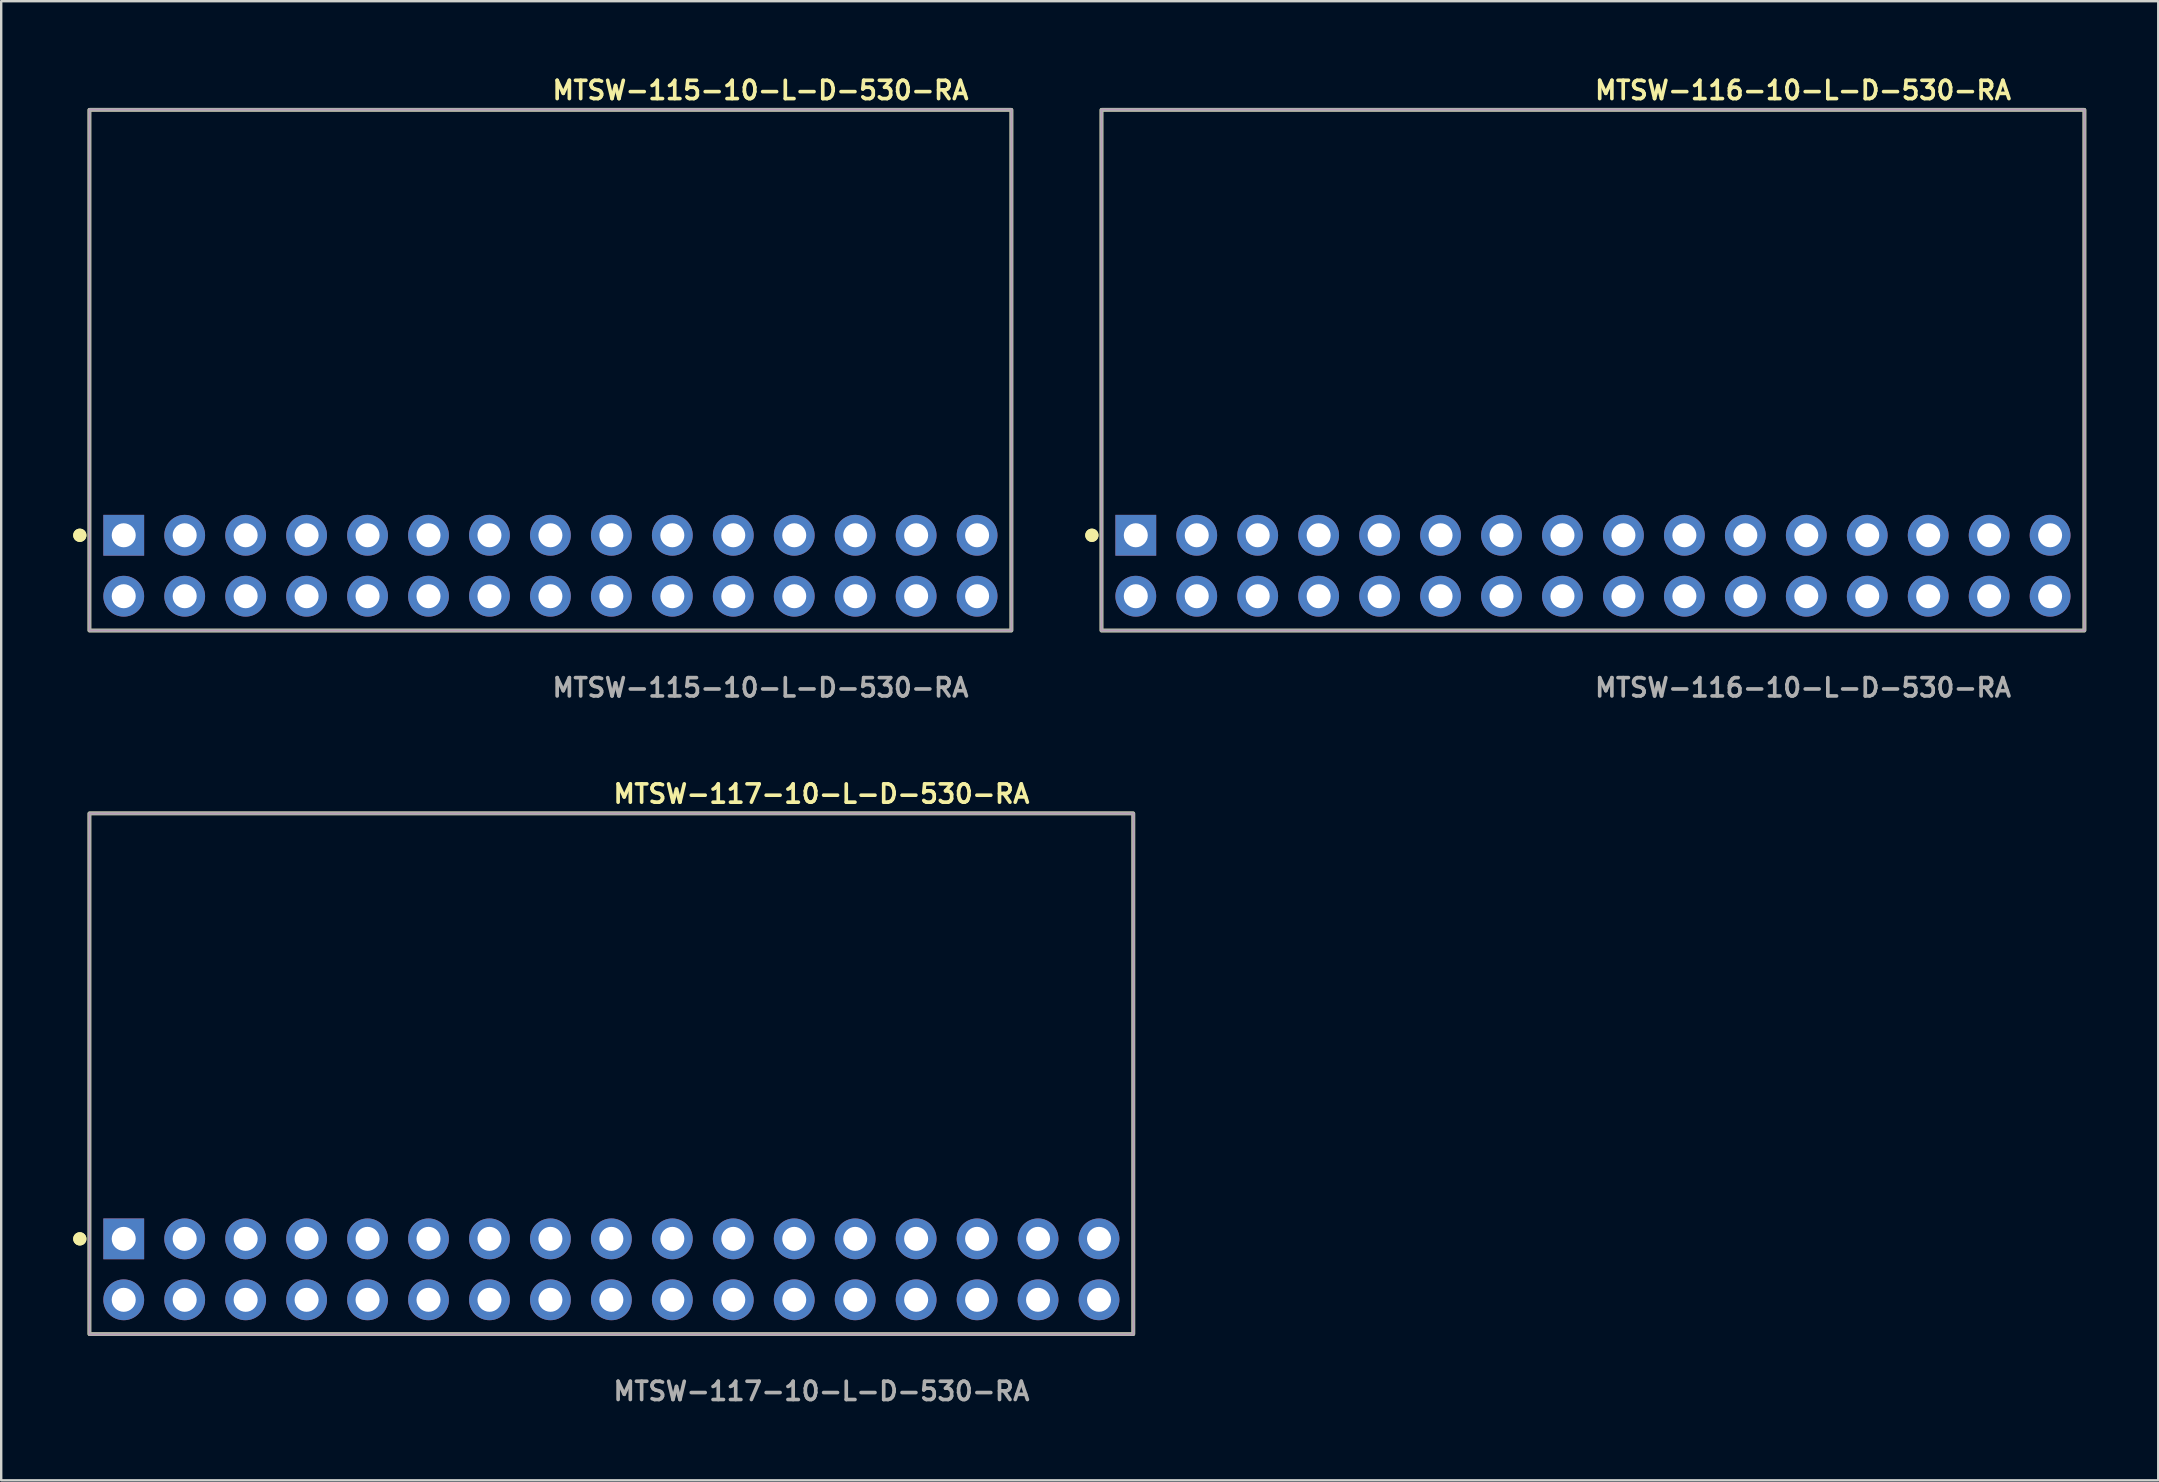
<source format=kicad_pcb>
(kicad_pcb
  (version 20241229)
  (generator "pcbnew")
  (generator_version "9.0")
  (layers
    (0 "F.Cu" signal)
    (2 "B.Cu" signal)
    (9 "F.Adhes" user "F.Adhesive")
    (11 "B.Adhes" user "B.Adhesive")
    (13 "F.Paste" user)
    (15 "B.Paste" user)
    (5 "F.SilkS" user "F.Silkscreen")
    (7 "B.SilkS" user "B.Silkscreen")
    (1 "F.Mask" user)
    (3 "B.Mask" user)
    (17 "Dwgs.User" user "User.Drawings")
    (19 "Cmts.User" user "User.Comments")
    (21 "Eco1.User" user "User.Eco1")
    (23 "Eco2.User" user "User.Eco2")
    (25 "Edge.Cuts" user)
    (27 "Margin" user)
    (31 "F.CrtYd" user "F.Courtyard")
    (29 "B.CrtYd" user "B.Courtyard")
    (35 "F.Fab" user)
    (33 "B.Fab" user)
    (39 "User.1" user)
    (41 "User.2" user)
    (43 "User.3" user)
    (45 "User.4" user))
  (footprint "MTSW-117-10-L-D-530-RA"
    (layer "F.Cu")
    (at 22.426 49.844)
    (property "Reference" "MTSW-117-10-L-D-530-RA" (at 0 -19.812 0) (unlocked yes) (layer "F.SilkS") (effects (font (size 0.762 0.762) (thickness 0.152)) (justify left)))
    (fp_rect (start -21.75 2.7) (end 21.75 -19) (stroke (width 0.152) (type solid)) (fill no) (layer "F.SilkS"))
    (fp_circle (center -22.15 -1.27) (end -22.35 -1.27) (stroke (width 0.152) (type solid)) (fill yes) (layer "F.SilkS"))
    (fp_circle (center -22.15 -1.27) (end -22.35 -1.27) (stroke (width 0.152) (type solid)) (fill yes) (layer "F.SilkS"))
    (fp_rect (start -21.75 2.7) (end 21.75 -19) (stroke (width 0.006) (type solid)) (fill no) (layer "F.CrtYd"))
    (fp_rect (start -21.75 2.7) (end 21.75 -19) (stroke (width 0.152) (type solid)) (fill no) (layer "F.Fab"))
    (fp_text user "${REFERENCE}" (at 0 5.08 0) (unlocked yes) (layer "F.Fab") (effects (font (size 0.762 0.762) (thickness 0.152)) (justify left)))
    (pad "1" thru_hole rect (at -20.32 -1.27) (size 1.7 1.7) (drill 1) (layers "*.Cu" "*.Mask"))
    (pad "2" thru_hole circle (at -20.32 1.27) (size 1.7 1.7) (drill 1) (layers "*.Cu" "*.Mask"))
    (pad "3" thru_hole circle (at -17.78 -1.27) (size 1.7 1.7) (drill 1) (layers "*.Cu" "*.Mask"))
    (pad "4" thru_hole circle (at -17.78 1.27) (size 1.7 1.7) (drill 1) (layers "*.Cu" "*.Mask"))
    (pad "5" thru_hole circle (at -15.24 -1.27) (size 1.7 1.7) (drill 1) (layers "*.Cu" "*.Mask"))
    (pad "6" thru_hole circle (at -15.24 1.27) (size 1.7 1.7) (drill 1) (layers "*.Cu" "*.Mask"))
    (pad "7" thru_hole circle (at -12.7 -1.27) (size 1.7 1.7) (drill 1) (layers "*.Cu" "*.Mask"))
    (pad "8" thru_hole circle (at -12.7 1.27) (size 1.7 1.7) (drill 1) (layers "*.Cu" "*.Mask"))
    (pad "9" thru_hole circle (at -10.16 -1.27) (size 1.7 1.7) (drill 1) (layers "*.Cu" "*.Mask"))
    (pad "10" thru_hole circle (at -10.16 1.27) (size 1.7 1.7) (drill 1) (layers "*.Cu" "*.Mask"))
    (pad "11" thru_hole circle (at -7.62 -1.27) (size 1.7 1.7) (drill 1) (layers "*.Cu" "*.Mask"))
    (pad "12" thru_hole circle (at -7.62 1.27) (size 1.7 1.7) (drill 1) (layers "*.Cu" "*.Mask"))
    (pad "13" thru_hole circle (at -5.08 -1.27) (size 1.7 1.7) (drill 1) (layers "*.Cu" "*.Mask"))
    (pad "14" thru_hole circle (at -5.08 1.27) (size 1.7 1.7) (drill 1) (layers "*.Cu" "*.Mask"))
    (pad "15" thru_hole circle (at -2.54 -1.27) (size 1.7 1.7) (drill 1) (layers "*.Cu" "*.Mask"))
    (pad "16" thru_hole circle (at -2.54 1.27) (size 1.7 1.7) (drill 1) (layers "*.Cu" "*.Mask"))
    (pad "17" thru_hole circle (at 0 -1.27) (size 1.7 1.7) (drill 1) (layers "*.Cu" "*.Mask"))
    (pad "18" thru_hole circle (at 0 1.27) (size 1.7 1.7) (drill 1) (layers "*.Cu" "*.Mask"))
    (pad "19" thru_hole circle (at 2.54 -1.27) (size 1.7 1.7) (drill 1) (layers "*.Cu" "*.Mask"))
    (pad "20" thru_hole circle (at 2.54 1.27) (size 1.7 1.7) (drill 1) (layers "*.Cu" "*.Mask"))
    (pad "21" thru_hole circle (at 5.08 -1.27) (size 1.7 1.7) (drill 1) (layers "*.Cu" "*.Mask"))
    (pad "22" thru_hole circle (at 5.08 1.27) (size 1.7 1.7) (drill 1) (layers "*.Cu" "*.Mask"))
    (pad "23" thru_hole circle (at 7.62 -1.27) (size 1.7 1.7) (drill 1) (layers "*.Cu" "*.Mask"))
    (pad "24" thru_hole circle (at 7.62 1.27) (size 1.7 1.7) (drill 1) (layers "*.Cu" "*.Mask"))
    (pad "25" thru_hole circle (at 10.16 -1.27) (size 1.7 1.7) (drill 1) (layers "*.Cu" "*.Mask"))
    (pad "26" thru_hole circle (at 10.16 1.27) (size 1.7 1.7) (drill 1) (layers "*.Cu" "*.Mask"))
    (pad "27" thru_hole circle (at 12.7 -1.27) (size 1.7 1.7) (drill 1) (layers "*.Cu" "*.Mask"))
    (pad "28" thru_hole circle (at 12.7 1.27) (size 1.7 1.7) (drill 1) (layers "*.Cu" "*.Mask"))
    (pad "29" thru_hole circle (at 15.24 -1.27) (size 1.7 1.7) (drill 1) (layers "*.Cu" "*.Mask"))
    (pad "30" thru_hole circle (at 15.24 1.27) (size 1.7 1.7) (drill 1) (layers "*.Cu" "*.Mask"))
    (pad "31" thru_hole circle (at 17.78 -1.27) (size 1.7 1.7) (drill 1) (layers "*.Cu" "*.Mask"))
    (pad "32" thru_hole circle (at 17.78 1.27) (size 1.7 1.7) (drill 1) (layers "*.Cu" "*.Mask"))
    (pad "33" thru_hole circle (at 20.32 -1.27) (size 1.7 1.7) (drill 1) (layers "*.Cu" "*.Mask"))
    (pad "34" thru_hole circle (at 20.32 1.27) (size 1.7 1.7) (drill 1) (layers "*.Cu" "*.Mask")))
  (footprint "MTSW-116-10-L-D-530-RA"
    (layer "F.Cu")
    (at 63.329 20.525)
    (property "Reference" "MTSW-116-10-L-D-530-RA" (at 0 -19.812 0) (unlocked yes) (layer "F.SilkS") (effects (font (size 0.762 0.762) (thickness 0.152)) (justify left)))
    (fp_rect (start -20.48 2.7) (end 20.48 -19) (stroke (width 0.152) (type solid)) (fill no) (layer "F.SilkS"))
    (fp_circle (center -20.88 -1.27) (end -21.08 -1.27) (stroke (width 0.152) (type solid)) (fill yes) (layer "F.SilkS"))
    (fp_circle (center -20.88 -1.27) (end -21.08 -1.27) (stroke (width 0.152) (type solid)) (fill yes) (layer "F.SilkS"))
    (fp_rect (start -20.48 2.7) (end 20.48 -19) (stroke (width 0.006) (type solid)) (fill no) (layer "F.CrtYd"))
    (fp_rect (start -20.48 2.7) (end 20.48 -19) (stroke (width 0.152) (type solid)) (fill no) (layer "F.Fab"))
    (fp_text user "${REFERENCE}" (at 0 5.08 0) (unlocked yes) (layer "F.Fab") (effects (font (size 0.762 0.762) (thickness 0.152)) (justify left)))
    (pad "1" thru_hole rect (at -19.05 -1.27) (size 1.7 1.7) (drill 1) (layers "*.Cu" "*.Mask"))
    (pad "2" thru_hole circle (at -19.05 1.27) (size 1.7 1.7) (drill 1) (layers "*.Cu" "*.Mask"))
    (pad "3" thru_hole circle (at -16.51 -1.27) (size 1.7 1.7) (drill 1) (layers "*.Cu" "*.Mask"))
    (pad "4" thru_hole circle (at -16.51 1.27) (size 1.7 1.7) (drill 1) (layers "*.Cu" "*.Mask"))
    (pad "5" thru_hole circle (at -13.97 -1.27) (size 1.7 1.7) (drill 1) (layers "*.Cu" "*.Mask"))
    (pad "6" thru_hole circle (at -13.97 1.27) (size 1.7 1.7) (drill 1) (layers "*.Cu" "*.Mask"))
    (pad "7" thru_hole circle (at -11.43 -1.27) (size 1.7 1.7) (drill 1) (layers "*.Cu" "*.Mask"))
    (pad "8" thru_hole circle (at -11.43 1.27) (size 1.7 1.7) (drill 1) (layers "*.Cu" "*.Mask"))
    (pad "9" thru_hole circle (at -8.89 -1.27) (size 1.7 1.7) (drill 1) (layers "*.Cu" "*.Mask"))
    (pad "10" thru_hole circle (at -8.89 1.27) (size 1.7 1.7) (drill 1) (layers "*.Cu" "*.Mask"))
    (pad "11" thru_hole circle (at -6.35 -1.27) (size 1.7 1.7) (drill 1) (layers "*.Cu" "*.Mask"))
    (pad "12" thru_hole circle (at -6.35 1.27) (size 1.7 1.7) (drill 1) (layers "*.Cu" "*.Mask"))
    (pad "13" thru_hole circle (at -3.81 -1.27) (size 1.7 1.7) (drill 1) (layers "*.Cu" "*.Mask"))
    (pad "14" thru_hole circle (at -3.81 1.27) (size 1.7 1.7) (drill 1) (layers "*.Cu" "*.Mask"))
    (pad "15" thru_hole circle (at -1.27 -1.27) (size 1.7 1.7) (drill 1) (layers "*.Cu" "*.Mask"))
    (pad "16" thru_hole circle (at -1.27 1.27) (size 1.7 1.7) (drill 1) (layers "*.Cu" "*.Mask"))
    (pad "17" thru_hole circle (at 1.27 -1.27) (size 1.7 1.7) (drill 1) (layers "*.Cu" "*.Mask"))
    (pad "18" thru_hole circle (at 1.27 1.27) (size 1.7 1.7) (drill 1) (layers "*.Cu" "*.Mask"))
    (pad "19" thru_hole circle (at 3.81 -1.27) (size 1.7 1.7) (drill 1) (layers "*.Cu" "*.Mask"))
    (pad "20" thru_hole circle (at 3.81 1.27) (size 1.7 1.7) (drill 1) (layers "*.Cu" "*.Mask"))
    (pad "21" thru_hole circle (at 6.35 -1.27) (size 1.7 1.7) (drill 1) (layers "*.Cu" "*.Mask"))
    (pad "22" thru_hole circle (at 6.35 1.27) (size 1.7 1.7) (drill 1) (layers "*.Cu" "*.Mask"))
    (pad "23" thru_hole circle (at 8.89 -1.27) (size 1.7 1.7) (drill 1) (layers "*.Cu" "*.Mask"))
    (pad "24" thru_hole circle (at 8.89 1.27) (size 1.7 1.7) (drill 1) (layers "*.Cu" "*.Mask"))
    (pad "25" thru_hole circle (at 11.43 -1.27) (size 1.7 1.7) (drill 1) (layers "*.Cu" "*.Mask"))
    (pad "26" thru_hole circle (at 11.43 1.27) (size 1.7 1.7) (drill 1) (layers "*.Cu" "*.Mask"))
    (pad "27" thru_hole circle (at 13.97 -1.27) (size 1.7 1.7) (drill 1) (layers "*.Cu" "*.Mask"))
    (pad "28" thru_hole circle (at 13.97 1.27) (size 1.7 1.7) (drill 1) (layers "*.Cu" "*.Mask"))
    (pad "29" thru_hole circle (at 16.51 -1.27) (size 1.7 1.7) (drill 1) (layers "*.Cu" "*.Mask"))
    (pad "30" thru_hole circle (at 16.51 1.27) (size 1.7 1.7) (drill 1) (layers "*.Cu" "*.Mask"))
    (pad "31" thru_hole circle (at 19.05 -1.27) (size 1.7 1.7) (drill 1) (layers "*.Cu" "*.Mask"))
    (pad "32" thru_hole circle (at 19.05 1.27) (size 1.7 1.7) (drill 1) (layers "*.Cu" "*.Mask")))
  (footprint "MTSW-115-10-L-D-530-RA"
    (layer "F.Cu")
    (at 19.886 20.525)
    (property "Reference" "MTSW-115-10-L-D-530-RA" (at 0 -19.812 0) (unlocked yes) (layer "F.SilkS") (effects (font (size 0.762 0.762) (thickness 0.152)) (justify left)))
    (fp_rect (start -19.21 2.7) (end 19.21 -19) (stroke (width 0.152) (type solid)) (fill no) (layer "F.SilkS"))
    (fp_circle (center -19.61 -1.27) (end -19.81 -1.27) (stroke (width 0.152) (type solid)) (fill yes) (layer "F.SilkS"))
    (fp_circle (center -19.61 -1.27) (end -19.81 -1.27) (stroke (width 0.152) (type solid)) (fill yes) (layer "F.SilkS"))
    (fp_rect (start -19.21 2.7) (end 19.21 -19) (stroke (width 0.006) (type solid)) (fill no) (layer "F.CrtYd"))
    (fp_rect (start -19.21 2.7) (end 19.21 -19) (stroke (width 0.152) (type solid)) (fill no) (layer "F.Fab"))
    (fp_text user "${REFERENCE}" (at 0 5.08 0) (unlocked yes) (layer "F.Fab") (effects (font (size 0.762 0.762) (thickness 0.152)) (justify left)))
    (pad "1" thru_hole rect (at -17.78 -1.27) (size 1.7 1.7) (drill 1) (layers "*.Cu" "*.Mask"))
    (pad "2" thru_hole circle (at -17.78 1.27) (size 1.7 1.7) (drill 1) (layers "*.Cu" "*.Mask"))
    (pad "3" thru_hole circle (at -15.24 -1.27) (size 1.7 1.7) (drill 1) (layers "*.Cu" "*.Mask"))
    (pad "4" thru_hole circle (at -15.24 1.27) (size 1.7 1.7) (drill 1) (layers "*.Cu" "*.Mask"))
    (pad "5" thru_hole circle (at -12.7 -1.27) (size 1.7 1.7) (drill 1) (layers "*.Cu" "*.Mask"))
    (pad "6" thru_hole circle (at -12.7 1.27) (size 1.7 1.7) (drill 1) (layers "*.Cu" "*.Mask"))
    (pad "7" thru_hole circle (at -10.16 -1.27) (size 1.7 1.7) (drill 1) (layers "*.Cu" "*.Mask"))
    (pad "8" thru_hole circle (at -10.16 1.27) (size 1.7 1.7) (drill 1) (layers "*.Cu" "*.Mask"))
    (pad "9" thru_hole circle (at -7.62 -1.27) (size 1.7 1.7) (drill 1) (layers "*.Cu" "*.Mask"))
    (pad "10" thru_hole circle (at -7.62 1.27) (size 1.7 1.7) (drill 1) (layers "*.Cu" "*.Mask"))
    (pad "11" thru_hole circle (at -5.08 -1.27) (size 1.7 1.7) (drill 1) (layers "*.Cu" "*.Mask"))
    (pad "12" thru_hole circle (at -5.08 1.27) (size 1.7 1.7) (drill 1) (layers "*.Cu" "*.Mask"))
    (pad "13" thru_hole circle (at -2.54 -1.27) (size 1.7 1.7) (drill 1) (layers "*.Cu" "*.Mask"))
    (pad "14" thru_hole circle (at -2.54 1.27) (size 1.7 1.7) (drill 1) (layers "*.Cu" "*.Mask"))
    (pad "15" thru_hole circle (at 0 -1.27) (size 1.7 1.7) (drill 1) (layers "*.Cu" "*.Mask"))
    (pad "16" thru_hole circle (at 0 1.27) (size 1.7 1.7) (drill 1) (layers "*.Cu" "*.Mask"))
    (pad "17" thru_hole circle (at 2.54 -1.27) (size 1.7 1.7) (drill 1) (layers "*.Cu" "*.Mask"))
    (pad "18" thru_hole circle (at 2.54 1.27) (size 1.7 1.7) (drill 1) (layers "*.Cu" "*.Mask"))
    (pad "19" thru_hole circle (at 5.08 -1.27) (size 1.7 1.7) (drill 1) (layers "*.Cu" "*.Mask"))
    (pad "20" thru_hole circle (at 5.08 1.27) (size 1.7 1.7) (drill 1) (layers "*.Cu" "*.Mask"))
    (pad "21" thru_hole circle (at 7.62 -1.27) (size 1.7 1.7) (drill 1) (layers "*.Cu" "*.Mask"))
    (pad "22" thru_hole circle (at 7.62 1.27) (size 1.7 1.7) (drill 1) (layers "*.Cu" "*.Mask"))
    (pad "23" thru_hole circle (at 10.16 -1.27) (size 1.7 1.7) (drill 1) (layers "*.Cu" "*.Mask"))
    (pad "24" thru_hole circle (at 10.16 1.27) (size 1.7 1.7) (drill 1) (layers "*.Cu" "*.Mask"))
    (pad "25" thru_hole circle (at 12.7 -1.27) (size 1.7 1.7) (drill 1) (layers "*.Cu" "*.Mask"))
    (pad "26" thru_hole circle (at 12.7 1.27) (size 1.7 1.7) (drill 1) (layers "*.Cu" "*.Mask"))
    (pad "27" thru_hole circle (at 15.24 -1.27) (size 1.7 1.7) (drill 1) (layers "*.Cu" "*.Mask"))
    (pad "28" thru_hole circle (at 15.24 1.27) (size 1.7 1.7) (drill 1) (layers "*.Cu" "*.Mask"))
    (pad "29" thru_hole circle (at 17.78 -1.27) (size 1.7 1.7) (drill 1) (layers "*.Cu" "*.Mask"))
    (pad "30" thru_hole circle (at 17.78 1.27) (size 1.7 1.7) (drill 1) (layers "*.Cu" "*.Mask")))
  (gr_rect
    (start -3 -3)
    (end 86.885 58.637)
    (stroke (width 0.1) (type default))
    (fill no)
    (layer "Edge.Cuts")))
</source>
